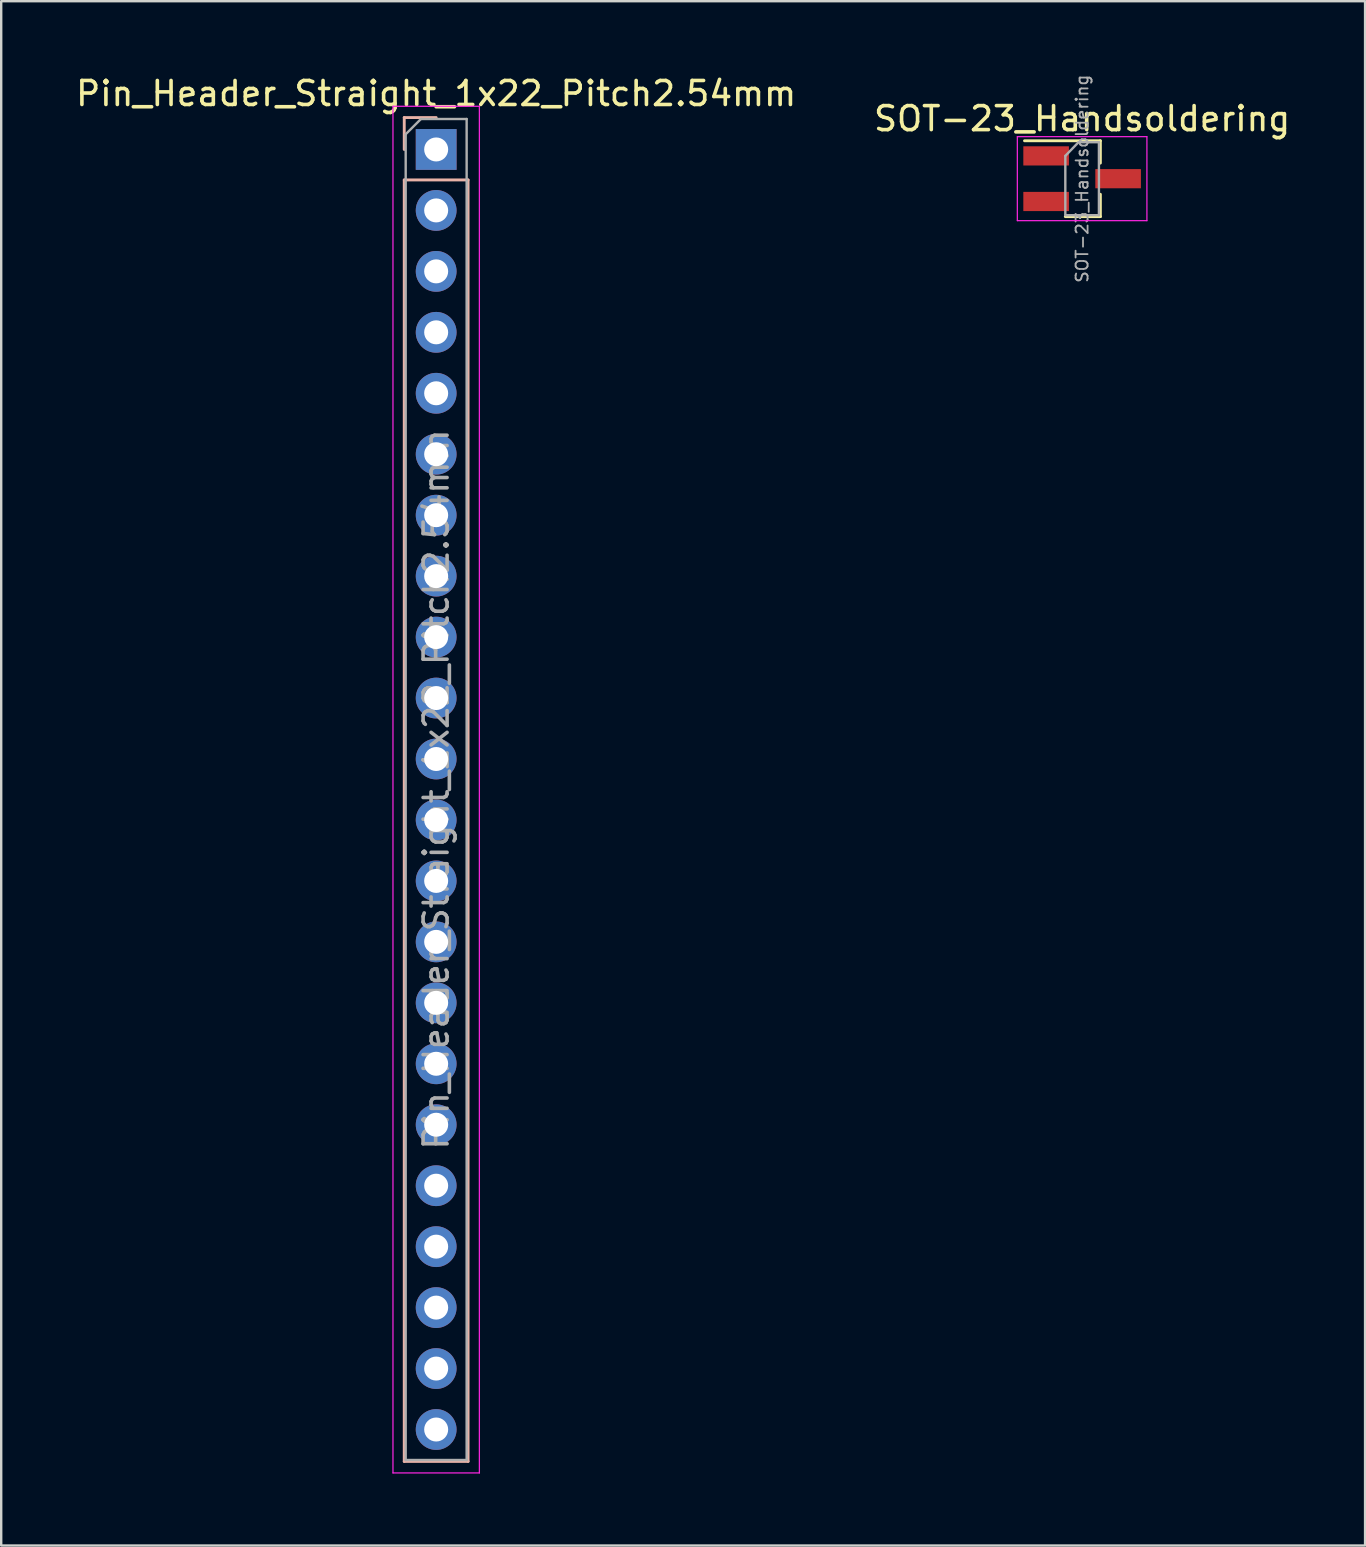
<source format=kicad_pcb>
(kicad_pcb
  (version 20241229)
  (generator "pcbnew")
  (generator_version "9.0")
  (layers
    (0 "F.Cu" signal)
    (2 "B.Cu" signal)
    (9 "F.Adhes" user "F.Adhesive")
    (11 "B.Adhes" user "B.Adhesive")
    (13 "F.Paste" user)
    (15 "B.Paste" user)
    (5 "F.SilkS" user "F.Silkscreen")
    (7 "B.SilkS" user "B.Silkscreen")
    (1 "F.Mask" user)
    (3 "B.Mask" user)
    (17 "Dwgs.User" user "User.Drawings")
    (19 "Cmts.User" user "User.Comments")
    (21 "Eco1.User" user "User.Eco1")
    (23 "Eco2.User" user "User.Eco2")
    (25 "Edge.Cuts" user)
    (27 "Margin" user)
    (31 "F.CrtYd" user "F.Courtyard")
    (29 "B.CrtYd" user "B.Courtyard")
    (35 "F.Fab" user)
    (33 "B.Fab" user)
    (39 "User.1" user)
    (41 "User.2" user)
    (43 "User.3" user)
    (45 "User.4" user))
  (footprint "Pin_Header_Straight_1x22_Pitch2.54mm"
    (layer "F.Cu")
    (at 15.125 3.178)
    (property "Reference" "Pin_Header_Straight_1x22_Pitch2.54mm" (at 0 -2.33 0) (layer "F.SilkS") (effects (font (size 1 1) (thickness 0.15))))
    (attr through_hole)
    (fp_line (start -1.33 -1.33) (end 0 -1.33) (stroke (width 0.12) (type solid)) (layer "B.SilkS"))
    (fp_line (start -1.33 0) (end -1.33 -1.33) (stroke (width 0.12) (type solid)) (layer "B.SilkS"))
    (fp_line (start -1.33 1.27) (end -1.33 54.67) (stroke (width 0.12) (type solid)) (layer "B.SilkS"))
    (fp_line (start -1.33 1.27) (end 1.33 1.27) (stroke (width 0.12) (type solid)) (layer "B.SilkS"))
    (fp_line (start -1.33 54.67) (end 1.33 54.67) (stroke (width 0.12) (type solid)) (layer "B.SilkS"))
    (fp_line (start 1.33 1.27) (end 1.33 54.67) (stroke (width 0.12) (type solid)) (layer "B.SilkS"))
    (fp_line (start -1.8 -1.8) (end -1.8 55.15) (stroke (width 0.05) (type solid)) (layer "F.CrtYd"))
    (fp_line (start -1.8 55.15) (end 1.8 55.15) (stroke (width 0.05) (type solid)) (layer "F.CrtYd"))
    (fp_line (start 1.8 -1.8) (end -1.8 -1.8) (stroke (width 0.05) (type solid)) (layer "F.CrtYd"))
    (fp_line (start 1.8 55.15) (end 1.8 -1.8) (stroke (width 0.05) (type solid)) (layer "F.CrtYd"))
    (fp_line (start -1.27 -0.635) (end -0.635 -1.27) (stroke (width 0.1) (type solid)) (layer "F.Fab"))
    (fp_line (start -1.27 54.61) (end -1.27 -0.635) (stroke (width 0.1) (type solid)) (layer "F.Fab"))
    (fp_line (start -0.635 -1.27) (end 1.27 -1.27) (stroke (width 0.1) (type solid)) (layer "F.Fab"))
    (fp_line (start 1.27 -1.27) (end 1.27 54.61) (stroke (width 0.1) (type solid)) (layer "F.Fab"))
    (fp_line (start 1.27 54.61) (end -1.27 54.61) (stroke (width 0.1) (type solid)) (layer "F.Fab"))
    (fp_text user "${REFERENCE}" (at 0 26.67 90) (layer "F.Fab") (effects (font (size 1 1) (thickness 0.15))))
    (pad "1" thru_hole rect (at 0 0) (size 1.7 1.7) (drill 1) (layers "*.Cu" "*.Mask"))
    (pad "2" thru_hole oval (at 0 2.54) (size 1.7 1.7) (drill 1) (layers "*.Cu" "*.Mask"))
    (pad "3" thru_hole oval (at 0 5.08) (size 1.7 1.7) (drill 1) (layers "*.Cu" "*.Mask"))
    (pad "4" thru_hole oval (at 0 7.62) (size 1.7 1.7) (drill 1) (layers "*.Cu" "*.Mask"))
    (pad "5" thru_hole oval (at 0 10.16) (size 1.7 1.7) (drill 1) (layers "*.Cu" "*.Mask"))
    (pad "6" thru_hole oval (at 0 12.7) (size 1.7 1.7) (drill 1) (layers "*.Cu" "*.Mask"))
    (pad "7" thru_hole oval (at 0 15.24) (size 1.7 1.7) (drill 1) (layers "*.Cu" "*.Mask"))
    (pad "8" thru_hole oval (at 0 17.78) (size 1.7 1.7) (drill 1) (layers "*.Cu" "*.Mask"))
    (pad "9" thru_hole oval (at 0 20.32) (size 1.7 1.7) (drill 1) (layers "*.Cu" "*.Mask"))
    (pad "10" thru_hole oval (at 0 22.86) (size 1.7 1.7) (drill 1) (layers "*.Cu" "*.Mask"))
    (pad "11" thru_hole oval (at 0 25.4) (size 1.7 1.7) (drill 1) (layers "*.Cu" "*.Mask"))
    (pad "12" thru_hole oval (at 0 27.94) (size 1.7 1.7) (drill 1) (layers "*.Cu" "*.Mask"))
    (pad "13" thru_hole oval (at 0 30.48) (size 1.7 1.7) (drill 1) (layers "*.Cu" "*.Mask"))
    (pad "14" thru_hole oval (at 0 33.02) (size 1.7 1.7) (drill 1) (layers "*.Cu" "*.Mask"))
    (pad "15" thru_hole oval (at 0 35.56) (size 1.7 1.7) (drill 1) (layers "*.Cu" "*.Mask"))
    (pad "16" thru_hole oval (at 0 38.1) (size 1.7 1.7) (drill 1) (layers "*.Cu" "*.Mask"))
    (pad "17" thru_hole oval (at 0 40.64) (size 1.7 1.7) (drill 1) (layers "*.Cu" "*.Mask"))
    (pad "18" thru_hole oval (at 0 43.18) (size 1.7 1.7) (drill 1) (layers "*.Cu" "*.Mask"))
    (pad "19" thru_hole oval (at 0 45.72) (size 1.7 1.7) (drill 1) (layers "*.Cu" "*.Mask"))
    (pad "20" thru_hole oval (at 0 48.26) (size 1.7 1.7) (drill 1) (layers "*.Cu" "*.Mask"))
    (pad "21" thru_hole oval (at 0 50.8) (size 1.7 1.7) (drill 1) (layers "*.Cu" "*.Mask"))
    (pad "22" thru_hole oval (at 0 53.34) (size 1.7 1.7) (drill 1) (layers "*.Cu" "*.Mask")))
  (footprint "SOT-23_Handsoldering"
    (layer "F.Cu")
    (at 42.042 4.396)
    (property "Reference" "SOT-23_Handsoldering" (at 0 -2.5 0) (layer "F.SilkS") (effects (font (size 1 1) (thickness 0.15))))
    (attr smd)
    (fp_line (start 0.76 -1.58) (end -2.4 -1.58) (stroke (width 0.12) (type solid)) (layer "F.SilkS"))
    (fp_line (start 0.76 -1.58) (end 0.76 -0.65) (stroke (width 0.12) (type solid)) (layer "F.SilkS"))
    (fp_line (start 0.76 1.58) (end -0.7 1.58) (stroke (width 0.12) (type solid)) (layer "F.SilkS"))
    (fp_line (start 0.76 1.58) (end 0.76 0.65) (stroke (width 0.12) (type solid)) (layer "F.SilkS"))
    (fp_line (start -2.7 -1.75) (end 2.7 -1.75) (stroke (width 0.05) (type solid)) (layer "F.CrtYd"))
    (fp_line (start -2.7 1.75) (end -2.7 -1.75) (stroke (width 0.05) (type solid)) (layer "F.CrtYd"))
    (fp_line (start 2.7 -1.75) (end 2.7 1.75) (stroke (width 0.05) (type solid)) (layer "F.CrtYd"))
    (fp_line (start 2.7 1.75) (end -2.7 1.75) (stroke (width 0.05) (type solid)) (layer "F.CrtYd"))
    (fp_line (start -0.7 -0.95) (end -0.7 1.5) (stroke (width 0.1) (type solid)) (layer "F.Fab"))
    (fp_line (start -0.7 -0.95) (end -0.15 -1.52) (stroke (width 0.1) (type solid)) (layer "F.Fab"))
    (fp_line (start -0.7 1.52) (end 0.7 1.52) (stroke (width 0.1) (type solid)) (layer "F.Fab"))
    (fp_line (start -0.15 -1.52) (end 0.7 -1.52) (stroke (width 0.1) (type solid)) (layer "F.Fab"))
    (fp_line (start 0.7 -1.52) (end 0.7 1.52) (stroke (width 0.1) (type solid)) (layer "F.Fab"))
    (fp_text user "${REFERENCE}" (at 0 0 90) (layer "F.Fab") (effects (font (size 0.5 0.5) (thickness 0.075))))
    (pad "1" smd rect (at -1.5 0.95) (size 1.9 0.8) (layers "F.Cu" "F.Mask" "F.Paste"))
    (pad "2" smd rect (at -1.5 -0.95) (size 1.9 0.8) (layers "F.Cu" "F.Mask" "F.Paste"))
    (pad "3" smd rect (at 1.5 0) (size 1.9 0.8) (layers "F.Cu" "F.Mask" "F.Paste")))
  (gr_rect
    (start -3 -3)
    (end 53.833 61.353)
    (stroke (width 0.1) (type default))
    (fill no)
    (layer "Edge.Cuts")))
</source>
